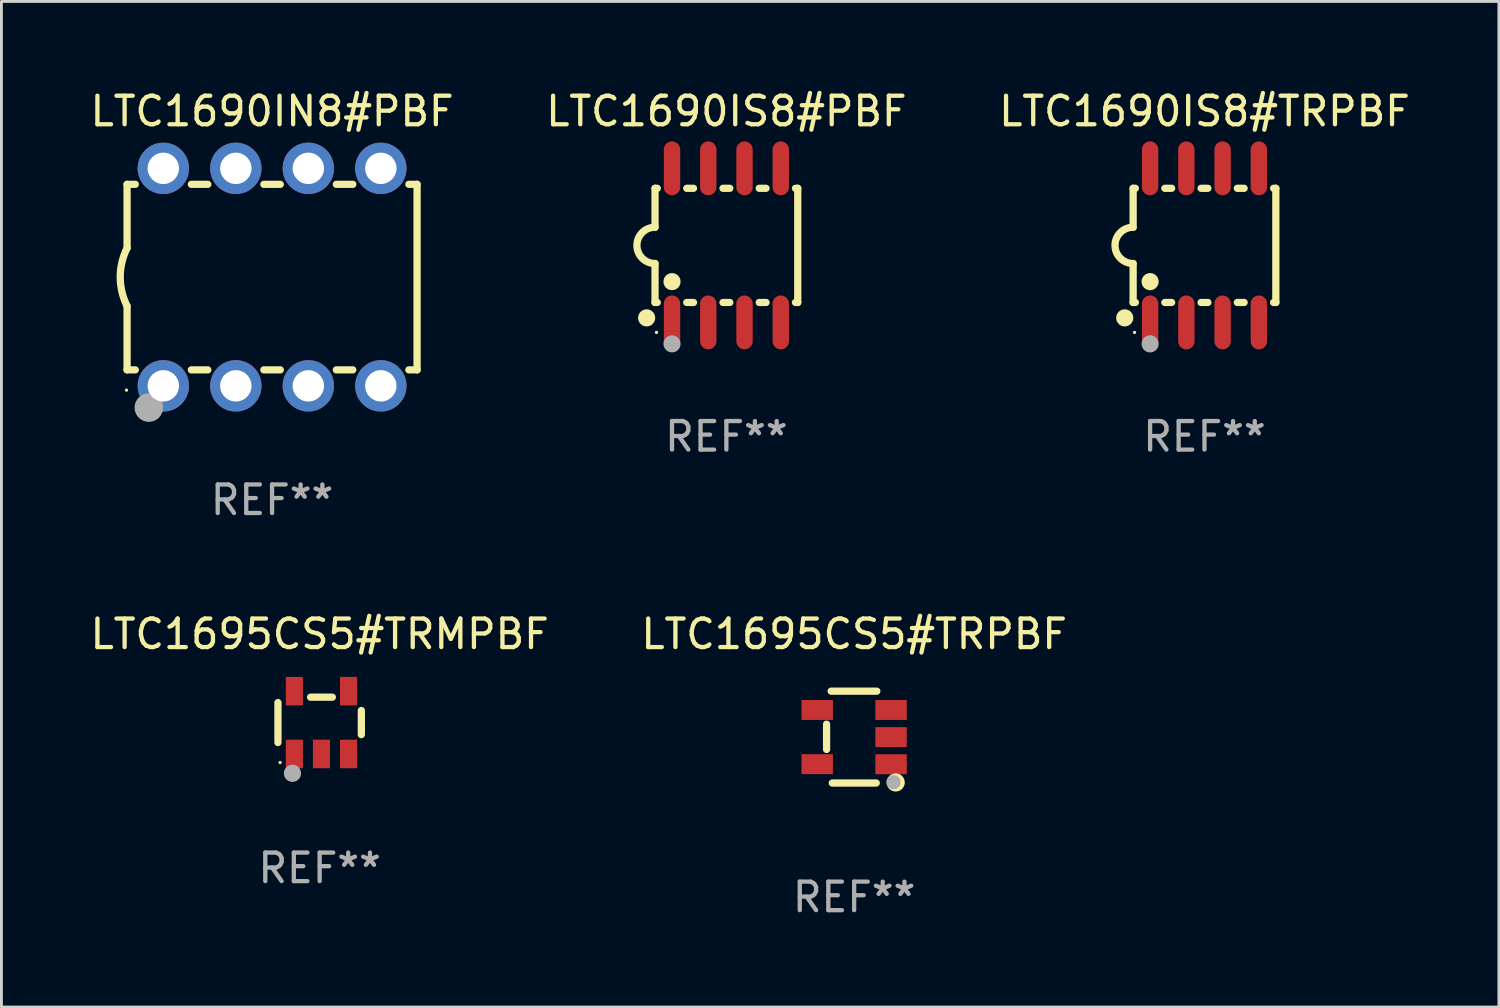
<source format=kicad_pcb>
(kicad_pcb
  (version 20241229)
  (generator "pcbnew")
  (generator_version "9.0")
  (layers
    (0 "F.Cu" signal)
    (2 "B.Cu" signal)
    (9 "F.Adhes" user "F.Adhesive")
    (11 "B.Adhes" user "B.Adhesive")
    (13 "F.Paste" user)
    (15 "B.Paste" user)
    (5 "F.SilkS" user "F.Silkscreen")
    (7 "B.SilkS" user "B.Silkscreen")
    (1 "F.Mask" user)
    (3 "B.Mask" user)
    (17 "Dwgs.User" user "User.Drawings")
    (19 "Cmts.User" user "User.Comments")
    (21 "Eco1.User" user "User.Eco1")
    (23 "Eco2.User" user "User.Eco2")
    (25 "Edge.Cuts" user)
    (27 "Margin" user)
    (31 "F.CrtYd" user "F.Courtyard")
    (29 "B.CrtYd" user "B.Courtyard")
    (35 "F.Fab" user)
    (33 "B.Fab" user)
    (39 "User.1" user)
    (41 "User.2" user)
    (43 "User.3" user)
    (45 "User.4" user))
  (footprint "LTC1695CS5#TRMPBF"
    (layer "F.Cu")
    (at 8.149 22.265)
    (property "Reference" "LTC1695CS5#TRMPBF" (at 0 -3.1 0) (layer "F.SilkS") (effects (font (size 1 1) (thickness 0.15))))
    (attr through_hole)
    (fp_line (start -1.461 -0.699) (end -1.461 0.699) (stroke (width 0.254) (type solid)) (layer "F.SilkS"))
    (fp_line (start -0.318 -0.889) (end 0.445 -0.889) (stroke (width 0.254) (type solid)) (layer "F.SilkS"))
    (fp_line (start 1.461 -0.422) (end 1.461 0.422) (stroke (width 0.254) (type solid)) (layer "F.SilkS"))
    (fp_circle (center -1.387 1.4) (end -1.357 1.4) (stroke (width 0.06) (type solid)) (fill no) (layer "F.SilkS"))
    (fp_circle (center -0.953 1.778) (end -0.802 1.778) (stroke (width 0.3) (type solid)) (fill no) (layer "F.Fab"))
    (fp_text user "REF**" (at 0 5.1 0) (layer "F.Fab") (effects (font (size 1 1) (thickness 0.15))))
    (pad "1" smd rect (at -0.886 1.1) (size 0.6 1) (layers "F.Cu" "F.Mask" "F.Paste"))
    (pad "2" smd rect (at 0.064 1.1) (size 0.6 1) (layers "F.Cu" "F.Mask" "F.Paste"))
    (pad "3" smd rect (at 1.013 1.1) (size 0.6 1) (layers "F.Cu" "F.Mask" "F.Paste"))
    (pad "4" smd rect (at 1.013 -1.1) (size 0.6 1) (layers "F.Cu" "F.Mask" "F.Paste"))
    (pad "5" smd rect (at -0.886 -1.1) (size 0.6 1) (layers "F.Cu" "F.Mask" "F.Paste")))
  (footprint "LTC1695CS5#TRPBF"
    (layer "F.Cu")
    (at 26.875 22.774)
    (property "Reference" "LTC1695CS5#TRPBF" (at 0 -3.609 0) (layer "F.SilkS") (effects (font (size 1 1) (thickness 0.15))))
    (attr through_hole)
    (fp_line (start -0.966 0.433) (end -0.966 -0.451) (stroke (width 0.254) (type solid)) (layer "F.SilkS"))
    (fp_line (start -0.806 -1.609) (end 0.794 -1.609) (stroke (width 0.254) (type solid)) (layer "F.SilkS"))
    (fp_line (start -0.766 1.609) (end 0.774 1.609) (stroke (width 0.254) (type solid)) (layer "F.SilkS"))
    (fp_circle (center 1.4 1.45) (end 1.43 1.45) (stroke (width 0.06) (type solid)) (fill no) (layer "F.SilkS"))
    (fp_circle (center 1.456 1.589) (end 1.52 1.589) (stroke (width 0.254) (type solid)) (fill no) (layer "F.SilkS"))
    (fp_circle (center 1.38 1.58) (end 1.505 1.58) (stroke (width 0.25) (type solid)) (fill no) (layer "F.Fab"))
    (fp_text user "REF**" (at 0 5.609 0) (layer "F.Fab") (effects (font (size 1 1) (thickness 0.15))))
    (pad "1" smd rect (at 1.294 0.951) (size 1.1 0.7) (layers "F.Cu" "F.Mask" "F.Paste"))
    (pad "2" smd rect (at 1.294 0.001) (size 1.1 0.7) (layers "F.Cu" "F.Mask" "F.Paste"))
    (pad "3" smd rect (at 1.294 -0.951) (size 1.1 0.7) (layers "F.Cu" "F.Mask" "F.Paste"))
    (pad "4" smd rect (at -1.294 -0.951 180) (size 1.1 0.7) (layers "F.Cu" "F.Mask" "F.Paste"))
    (pad "5" smd rect (at -1.294 0.949 180) (size 1.1 0.7) (layers "F.Cu" "F.Mask" "F.Paste")))
  (footprint "LTC1690IS8#PBF"
    (layer "F.Cu")
    (at 22.399 5.547)
    (property "Reference" "LTC1690IS8#PBF" (at 0 -4.699 0) (layer "F.SilkS") (effects (font (size 1 1) (thickness 0.15))))
    (attr through_hole)
    (fp_line (start -2.5 -2) (end -2.5 -0.635) (stroke (width 0.254) (type solid)) (layer "F.SilkS"))
    (fp_line (start -2.5 -2) (end -2.421 -2) (stroke (width 0.254) (type solid)) (layer "F.SilkS"))
    (fp_line (start -2.5 2) (end -2.5 0.635) (stroke (width 0.254) (type solid)) (layer "F.SilkS"))
    (fp_line (start -2.5 2) (end -2.421 2) (stroke (width 0.254) (type solid)) (layer "F.SilkS"))
    (fp_line (start -1.389 -2) (end -1.151 -2) (stroke (width 0.254) (type solid)) (layer "F.SilkS"))
    (fp_line (start -1.389 2) (end -1.151 2) (stroke (width 0.254) (type solid)) (layer "F.SilkS"))
    (fp_line (start -0.119 -2) (end 0.119 -2) (stroke (width 0.254) (type solid)) (layer "F.SilkS"))
    (fp_line (start -0.119 2) (end 0.119 2) (stroke (width 0.254) (type solid)) (layer "F.SilkS"))
    (fp_line (start 1.151 -2) (end 1.389 -2) (stroke (width 0.254) (type solid)) (layer "F.SilkS"))
    (fp_line (start 1.151 2) (end 1.389 2) (stroke (width 0.254) (type solid)) (layer "F.SilkS"))
    (fp_line (start 2.421 -2) (end 2.5 -2) (stroke (width 0.254) (type solid)) (layer "F.SilkS"))
    (fp_line (start 2.421 2) (end 2.5 2) (stroke (width 0.254) (type solid)) (layer "F.SilkS"))
    (fp_line (start 2.5 -2) (end 2.5 2) (stroke (width 0.254) (type solid)) (layer "F.SilkS"))
    (fp_arc (start -2.5 0.635001) (mid -3.134366 -0.000318) (end -2.499365 -0.635001) (stroke (width 0.254001) (type solid)) (layer "F.SilkS"))
    (fp_circle (center -2.794 2.54) (end -2.644 2.54) (stroke (width 0.3) (type solid)) (fill no) (layer "F.SilkS"))
    (fp_circle (center -2.45 3.05) (end -2.42 3.05) (stroke (width 0.06) (type solid)) (fill no) (layer "F.SilkS"))
    (fp_circle (center -1.905 1.27) (end -1.755 1.27) (stroke (width 0.3) (type solid)) (fill no) (layer "F.SilkS"))
    (fp_circle (center -1.905 3.45) (end -1.755 3.45) (stroke (width 0.3) (type solid)) (fill no) (layer "F.Fab"))
    (fp_text user "REF**" (at 0 6.699 0) (layer "F.Fab") (effects (font (size 1 1) (thickness 0.15))))
    (pad "1" smd oval (at -1.905 2.699) (size 0.574 1.888) (layers "F.Cu" "F.Mask" "F.Paste"))
    (pad "2" smd oval (at -0.635 2.699) (size 0.574 1.888) (layers "F.Cu" "F.Mask" "F.Paste"))
    (pad "3" smd oval (at 0.635 2.699) (size 0.574 1.888) (layers "F.Cu" "F.Mask" "F.Paste"))
    (pad "4" smd oval (at 1.905 2.699) (size 0.574 1.888) (layers "F.Cu" "F.Mask" "F.Paste"))
    (pad "5" smd oval (at 1.905 -2.699) (size 0.574 1.888) (layers "F.Cu" "F.Mask" "F.Paste"))
    (pad "6" smd oval (at 0.635 -2.699) (size 0.574 1.888) (layers "F.Cu" "F.Mask" "F.Paste"))
    (pad "7" smd oval (at -0.635 -2.699) (size 0.574 1.888) (layers "F.Cu" "F.Mask" "F.Paste"))
    (pad "8" smd oval (at -1.905 -2.699) (size 0.574 1.888) (layers "F.Cu" "F.Mask" "F.Paste")))
  (footprint "LTC1690IN8#PBF"
    (layer "F.Cu")
    (at 6.482 6.658)
    (property "Reference" "LTC1690IN8#PBF" (at 0 -5.81 0) (layer "F.SilkS") (effects (font (size 1 1) (thickness 0.15))))
    (attr through_hole)
    (fp_line (start -5.08 -3.25) (end -5.08 -1.017) (stroke (width 0.254) (type solid)) (layer "F.SilkS"))
    (fp_line (start -5.08 -3.25) (end -4.792 -3.25) (stroke (width 0.254) (type solid)) (layer "F.SilkS"))
    (fp_line (start -5.08 3.25) (end -5.08 1.015) (stroke (width 0.254) (type solid)) (layer "F.SilkS"))
    (fp_line (start -5.08 3.25) (end -4.792 3.25) (stroke (width 0.254) (type solid)) (layer "F.SilkS"))
    (fp_line (start -2.828 -3.25) (end -2.252 -3.25) (stroke (width 0.254) (type solid)) (layer "F.SilkS"))
    (fp_line (start -2.828 3.25) (end -2.252 3.25) (stroke (width 0.254) (type solid)) (layer "F.SilkS"))
    (fp_line (start -0.288 -3.25) (end 0.288 -3.25) (stroke (width 0.254) (type solid)) (layer "F.SilkS"))
    (fp_line (start -0.288 3.25) (end 0.288 3.25) (stroke (width 0.254) (type solid)) (layer "F.SilkS"))
    (fp_line (start 2.252 -3.25) (end 2.828 -3.25) (stroke (width 0.254) (type solid)) (layer "F.SilkS"))
    (fp_line (start 2.252 3.25) (end 2.828 3.25) (stroke (width 0.254) (type solid)) (layer "F.SilkS"))
    (fp_line (start 4.792 -3.25) (end 5.08 -3.25) (stroke (width 0.254) (type solid)) (layer "F.SilkS"))
    (fp_line (start 4.792 3.25) (end 5.08 3.25) (stroke (width 0.254) (type solid)) (layer "F.SilkS"))
    (fp_line (start 5.08 -3.25) (end 5.08 3.25) (stroke (width 0.254) (type solid)) (layer "F.SilkS"))
    (fp_arc (start -5.08001 1.01524) (mid -5.319856 -0.000762) (end -5.08001 -1.016764) (stroke (width 0.254001) (type solid)) (layer "F.SilkS"))
    (fp_circle (center -5.1 3.96) (end -5.07 3.96) (stroke (width 0.06) (type solid)) (fill no) (layer "F.SilkS"))
    (fp_circle (center -4.318 4.572) (end -4.068 4.572) (stroke (width 0.5) (type solid)) (fill no) (layer "F.Fab"))
    (fp_text user "REF**" (at 0 7.81 0) (layer "F.Fab") (effects (font (size 1 1) (thickness 0.15))))
    (pad "1" thru_hole circle (at -3.81 3.81) (size 1.8 1.8) (drill 1.1) (layers "*.Cu" "*.Mask"))
    (pad "2" thru_hole circle (at -1.27 3.81) (size 1.8 1.8) (drill 1.1) (layers "*.Cu" "*.Mask"))
    (pad "3" thru_hole circle (at 1.27 3.81) (size 1.8 1.8) (drill 1.1) (layers "*.Cu" "*.Mask"))
    (pad "4" thru_hole circle (at 3.81 3.81) (size 1.8 1.8) (drill 1.1) (layers "*.Cu" "*.Mask"))
    (pad "5" thru_hole circle (at 3.81 -3.81) (size 1.8 1.8) (drill 1.1) (layers "*.Cu" "*.Mask"))
    (pad "6" thru_hole circle (at 1.27 -3.81) (size 1.8 1.8) (drill 1.1) (layers "*.Cu" "*.Mask"))
    (pad "7" thru_hole circle (at -1.27 -3.81) (size 1.8 1.8) (drill 1.1) (layers "*.Cu" "*.Mask"))
    (pad "8" thru_hole circle (at -3.81 -3.81) (size 1.8 1.8) (drill 1.1) (layers "*.Cu" "*.Mask")))
  (footprint "LTC1690IS8#TRPBF"
    (layer "F.Cu")
    (at 39.149 5.547)
    (property "Reference" "LTC1690IS8#TRPBF" (at 0 -4.699 0) (layer "F.SilkS") (effects (font (size 1 1) (thickness 0.15))))
    (attr through_hole)
    (fp_line (start -2.5 -2) (end -2.5 -0.635) (stroke (width 0.254) (type solid)) (layer "F.SilkS"))
    (fp_line (start -2.5 -2) (end -2.421 -2) (stroke (width 0.254) (type solid)) (layer "F.SilkS"))
    (fp_line (start -2.5 2) (end -2.5 0.635) (stroke (width 0.254) (type solid)) (layer "F.SilkS"))
    (fp_line (start -2.5 2) (end -2.421 2) (stroke (width 0.254) (type solid)) (layer "F.SilkS"))
    (fp_line (start -1.389 -2) (end -1.151 -2) (stroke (width 0.254) (type solid)) (layer "F.SilkS"))
    (fp_line (start -1.389 2) (end -1.151 2) (stroke (width 0.254) (type solid)) (layer "F.SilkS"))
    (fp_line (start -0.119 -2) (end 0.119 -2) (stroke (width 0.254) (type solid)) (layer "F.SilkS"))
    (fp_line (start -0.119 2) (end 0.119 2) (stroke (width 0.254) (type solid)) (layer "F.SilkS"))
    (fp_line (start 1.151 -2) (end 1.389 -2) (stroke (width 0.254) (type solid)) (layer "F.SilkS"))
    (fp_line (start 1.151 2) (end 1.389 2) (stroke (width 0.254) (type solid)) (layer "F.SilkS"))
    (fp_line (start 2.421 -2) (end 2.5 -2) (stroke (width 0.254) (type solid)) (layer "F.SilkS"))
    (fp_line (start 2.421 2) (end 2.5 2) (stroke (width 0.254) (type solid)) (layer "F.SilkS"))
    (fp_line (start 2.5 -2) (end 2.5 2) (stroke (width 0.254) (type solid)) (layer "F.SilkS"))
    (fp_arc (start -2.5 0.635001) (mid -3.134366 -0.000318) (end -2.499365 -0.635001) (stroke (width 0.254001) (type solid)) (layer "F.SilkS"))
    (fp_circle (center -2.794 2.54) (end -2.644 2.54) (stroke (width 0.3) (type solid)) (fill no) (layer "F.SilkS"))
    (fp_circle (center -2.45 3.05) (end -2.42 3.05) (stroke (width 0.06) (type solid)) (fill no) (layer "F.SilkS"))
    (fp_circle (center -1.905 1.27) (end -1.755 1.27) (stroke (width 0.3) (type solid)) (fill no) (layer "F.SilkS"))
    (fp_circle (center -1.905 3.45) (end -1.755 3.45) (stroke (width 0.3) (type solid)) (fill no) (layer "F.Fab"))
    (fp_text user "REF**" (at 0 6.699 0) (layer "F.Fab") (effects (font (size 1 1) (thickness 0.15))))
    (pad "1" smd oval (at -1.905 2.699) (size 0.574 1.888) (layers "F.Cu" "F.Mask" "F.Paste"))
    (pad "2" smd oval (at -0.635 2.699) (size 0.574 1.888) (layers "F.Cu" "F.Mask" "F.Paste"))
    (pad "3" smd oval (at 0.635 2.699) (size 0.574 1.888) (layers "F.Cu" "F.Mask" "F.Paste"))
    (pad "4" smd oval (at 1.905 2.699) (size 0.574 1.888) (layers "F.Cu" "F.Mask" "F.Paste"))
    (pad "5" smd oval (at 1.905 -2.699) (size 0.574 1.888) (layers "F.Cu" "F.Mask" "F.Paste"))
    (pad "6" smd oval (at 0.635 -2.699) (size 0.574 1.888) (layers "F.Cu" "F.Mask" "F.Paste"))
    (pad "7" smd oval (at -0.635 -2.699) (size 0.574 1.888) (layers "F.Cu" "F.Mask" "F.Paste"))
    (pad "8" smd oval (at -1.905 -2.699) (size 0.574 1.888) (layers "F.Cu" "F.Mask" "F.Paste")))
  (gr_rect
    (start -3 -3)
    (end 49.464 32.231)
    (stroke (width 0.1) (type default))
    (fill no)
    (layer "Edge.Cuts")))
</source>
